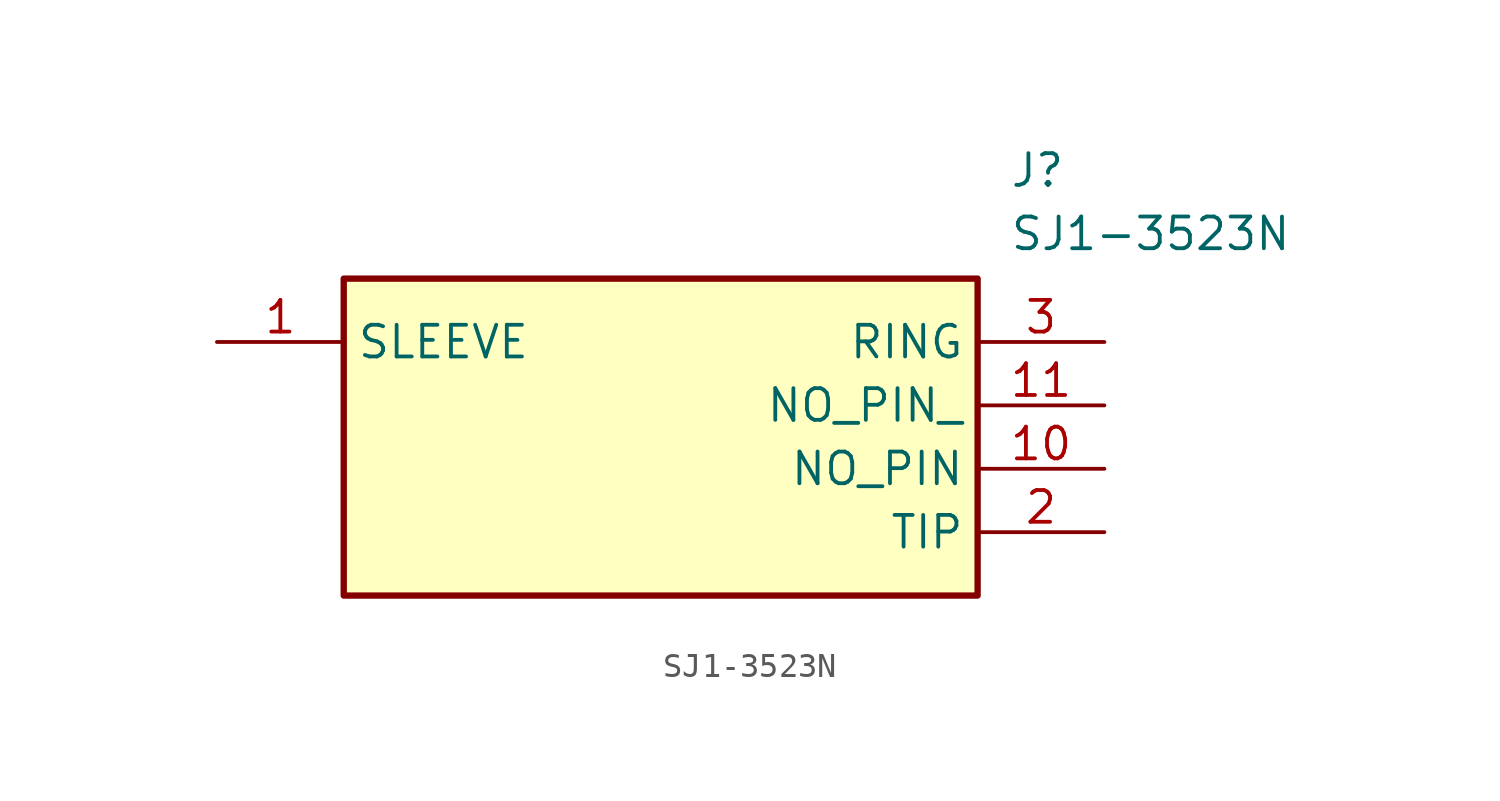
<source format=kicad_sym>
(kicad_symbol_lib
  (version 20211014)
  (generator SamacSys_ECAD_Model)
  (symbol "SJ1-3523N"
    (property "Reference" "J"
      (at 31.75 7.62 0)
      (effects (font (size 1.27 1.27)) (justify left top)))
    (property "Value" "SJ1-3523N"
      (at 31.75 5.08 0)
      (effects (font (size 1.27 1.27)) (justify left top)))
    (rectangle
      (start 5.08 2.54)
      (end 30.48 -10.16)
      (stroke (width 0.254) (type default))
      (fill (type background)))
    (pin passive line
      (at 0 0 0)
      (length 5.08)
      (name "SLEEVE" (effects (font (size 1.27 1.27))))
      (number "1" (effects (font (size 1.27 1.27)))))
    (pin passive line
      (at 35.56 -7.62 180)
      (length 5.08)
      (name "TIP" (effects (font (size 1.27 1.27))))
      (number "2" (effects (font (size 1.27 1.27)))))
    (pin passive line
      (at 35.56 0 180)
      (length 5.08)
      (name "RING" (effects (font (size 1.27 1.27))))
      (number "3" (effects (font (size 1.27 1.27)))))
    (pin passive line
      (at 35.56 -5.08 180)
      (length 5.08)
      (name "NO_PIN" (effects (font (size 1.27 1.27))))
      (number "10" (effects (font (size 1.27 1.27)))))
    (pin passive line
      (at 35.56 -2.54 180)
      (length 5.08)
      (name "NO_PIN_" (effects (font (size 1.27 1.27))))
      (number "11" (effects (font (size 1.27 1.27)))))))
</source>
